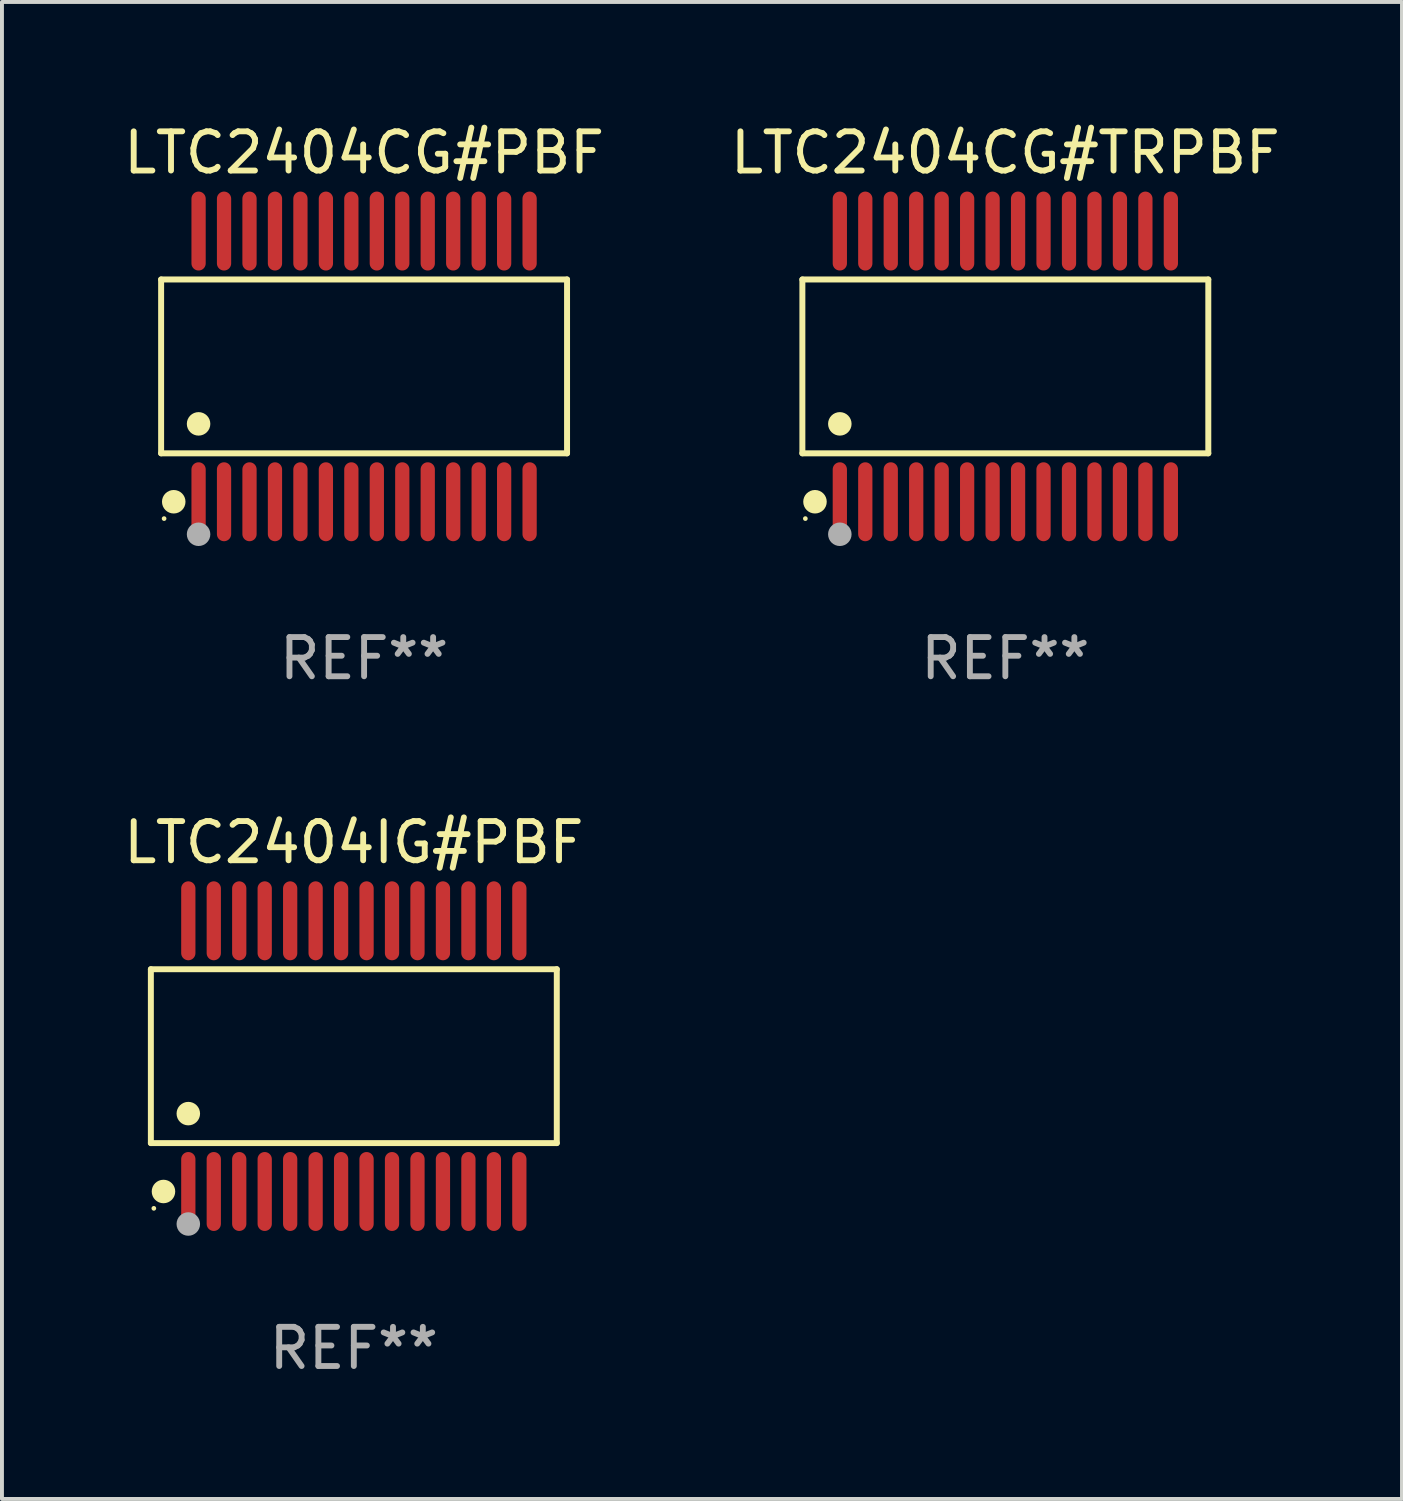
<source format=kicad_pcb>
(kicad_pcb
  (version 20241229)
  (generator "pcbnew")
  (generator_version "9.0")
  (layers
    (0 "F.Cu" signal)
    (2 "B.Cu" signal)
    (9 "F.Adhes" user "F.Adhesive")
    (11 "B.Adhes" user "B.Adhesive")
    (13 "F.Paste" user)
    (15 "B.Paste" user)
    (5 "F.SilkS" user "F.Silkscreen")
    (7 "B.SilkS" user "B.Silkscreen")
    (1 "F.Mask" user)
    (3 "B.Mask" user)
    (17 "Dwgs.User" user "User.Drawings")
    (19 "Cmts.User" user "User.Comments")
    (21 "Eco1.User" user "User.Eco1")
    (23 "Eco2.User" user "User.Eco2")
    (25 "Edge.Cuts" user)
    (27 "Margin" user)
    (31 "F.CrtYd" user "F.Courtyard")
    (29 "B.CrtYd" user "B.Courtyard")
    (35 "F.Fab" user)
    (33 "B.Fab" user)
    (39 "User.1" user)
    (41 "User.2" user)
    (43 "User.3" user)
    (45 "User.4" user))
  (footprint "LTC2404CG#TRPBF"
    (layer "F.Cu")
    (at 22.613 6.303)
    (property "Reference" "LTC2404CG#TRPBF" (at 0 -5.455 0) (layer "F.SilkS") (effects (font (size 1 1) (thickness 0.15))))
    (attr through_hole)
    (fp_line (start -5.181 -2.219) (end 5.181 -2.219) (stroke (width 0.152) (type solid)) (layer "F.SilkS"))
    (fp_line (start -5.181 2.219) (end -5.181 -2.219) (stroke (width 0.152) (type solid)) (layer "F.SilkS"))
    (fp_line (start 5.181 -2.219) (end 5.181 2.219) (stroke (width 0.152) (type solid)) (layer "F.SilkS"))
    (fp_line (start 5.181 2.219) (end -5.181 2.219) (stroke (width 0.152) (type solid)) (layer "F.SilkS"))
    (fp_circle (center -5.105 3.885) (end -5.075 3.885) (stroke (width 0.06) (type solid)) (fill no) (layer "F.SilkS"))
    (fp_circle (center -4.859 3.455) (end -4.709 3.455) (stroke (width 0.3) (type solid)) (fill no) (layer "F.SilkS"))
    (fp_circle (center -4.225 1.467) (end -4.075 1.467) (stroke (width 0.3) (type solid)) (fill no) (layer "F.SilkS"))
    (fp_circle (center -4.225 4.285) (end -4.075 4.285) (stroke (width 0.3) (type solid)) (fill no) (layer "F.Fab"))
    (fp_text user "REF**" (at 0 7.455 0) (layer "F.Fab") (effects (font (size 1 1) (thickness 0.15))))
    (pad "1" smd oval (at -4.225 3.455) (size 0.364 2.015) (layers "F.Cu" "F.Mask" "F.Paste"))
    (pad "2" smd oval (at -3.575 3.455) (size 0.364 2.015) (layers "F.Cu" "F.Mask" "F.Paste"))
    (pad "3" smd oval (at -2.925 3.455) (size 0.364 2.015) (layers "F.Cu" "F.Mask" "F.Paste"))
    (pad "4" smd oval (at -2.275 3.455) (size 0.364 2.015) (layers "F.Cu" "F.Mask" "F.Paste"))
    (pad "5" smd oval (at -1.625 3.455) (size 0.364 2.015) (layers "F.Cu" "F.Mask" "F.Paste"))
    (pad "6" smd oval (at -0.975 3.455) (size 0.364 2.015) (layers "F.Cu" "F.Mask" "F.Paste"))
    (pad "7" smd oval (at -0.325 3.455) (size 0.364 2.015) (layers "F.Cu" "F.Mask" "F.Paste"))
    (pad "8" smd oval (at 0.325 3.455) (size 0.364 2.015) (layers "F.Cu" "F.Mask" "F.Paste"))
    (pad "9" smd oval (at 0.975 3.455) (size 0.364 2.015) (layers "F.Cu" "F.Mask" "F.Paste"))
    (pad "10" smd oval (at 1.625 3.455) (size 0.364 2.015) (layers "F.Cu" "F.Mask" "F.Paste"))
    (pad "11" smd oval (at 2.275 3.455) (size 0.364 2.015) (layers "F.Cu" "F.Mask" "F.Paste"))
    (pad "12" smd oval (at 2.925 3.455) (size 0.364 2.015) (layers "F.Cu" "F.Mask" "F.Paste"))
    (pad "13" smd oval (at 3.575 3.455) (size 0.364 2.015) (layers "F.Cu" "F.Mask" "F.Paste"))
    (pad "14" smd oval (at 4.225 3.455) (size 0.364 2.015) (layers "F.Cu" "F.Mask" "F.Paste"))
    (pad "15" smd oval (at 4.225 -3.455) (size 0.364 2.015) (layers "F.Cu" "F.Mask" "F.Paste"))
    (pad "16" smd oval (at 3.575 -3.455) (size 0.364 2.015) (layers "F.Cu" "F.Mask" "F.Paste"))
    (pad "17" smd oval (at 2.925 -3.455) (size 0.364 2.015) (layers "F.Cu" "F.Mask" "F.Paste"))
    (pad "18" smd oval (at 2.275 -3.455) (size 0.364 2.015) (layers "F.Cu" "F.Mask" "F.Paste"))
    (pad "19" smd oval (at 1.625 -3.455) (size 0.364 2.015) (layers "F.Cu" "F.Mask" "F.Paste"))
    (pad "20" smd oval (at 0.975 -3.455) (size 0.364 2.015) (layers "F.Cu" "F.Mask" "F.Paste"))
    (pad "21" smd oval (at 0.325 -3.455) (size 0.364 2.015) (layers "F.Cu" "F.Mask" "F.Paste"))
    (pad "22" smd oval (at -0.325 -3.455) (size 0.364 2.015) (layers "F.Cu" "F.Mask" "F.Paste"))
    (pad "23" smd oval (at -0.975 -3.455) (size 0.364 2.015) (layers "F.Cu" "F.Mask" "F.Paste"))
    (pad "24" smd oval (at -1.625 -3.455) (size 0.364 2.015) (layers "F.Cu" "F.Mask" "F.Paste"))
    (pad "25" smd oval (at -2.275 -3.455) (size 0.364 2.015) (layers "F.Cu" "F.Mask" "F.Paste"))
    (pad "26" smd oval (at -2.925 -3.455) (size 0.364 2.015) (layers "F.Cu" "F.Mask" "F.Paste"))
    (pad "27" smd oval (at -3.575 -3.455) (size 0.364 2.015) (layers "F.Cu" "F.Mask" "F.Paste"))
    (pad "28" smd oval (at -4.225 -3.455) (size 0.364 2.015) (layers "F.Cu" "F.Mask" "F.Paste")))
  (footprint "LTC2404IG#PBF"
    (layer "F.Cu")
    (at 5.982 23.91)
    (property "Reference" "LTC2404IG#PBF" (at 0 -5.455 0) (layer "F.SilkS") (effects (font (size 1 1) (thickness 0.15))))
    (attr through_hole)
    (fp_line (start -5.181 -2.219) (end 5.181 -2.219) (stroke (width 0.152) (type solid)) (layer "F.SilkS"))
    (fp_line (start -5.181 2.219) (end -5.181 -2.219) (stroke (width 0.152) (type solid)) (layer "F.SilkS"))
    (fp_line (start 5.181 -2.219) (end 5.181 2.219) (stroke (width 0.152) (type solid)) (layer "F.SilkS"))
    (fp_line (start 5.181 2.219) (end -5.181 2.219) (stroke (width 0.152) (type solid)) (layer "F.SilkS"))
    (fp_circle (center -5.105 3.885) (end -5.075 3.885) (stroke (width 0.06) (type solid)) (fill no) (layer "F.SilkS"))
    (fp_circle (center -4.859 3.455) (end -4.709 3.455) (stroke (width 0.3) (type solid)) (fill no) (layer "F.SilkS"))
    (fp_circle (center -4.225 1.467) (end -4.075 1.467) (stroke (width 0.3) (type solid)) (fill no) (layer "F.SilkS"))
    (fp_circle (center -4.225 4.285) (end -4.075 4.285) (stroke (width 0.3) (type solid)) (fill no) (layer "F.Fab"))
    (fp_text user "REF**" (at 0 7.455 0) (layer "F.Fab") (effects (font (size 1 1) (thickness 0.15))))
    (pad "1" smd oval (at -4.225 3.455) (size 0.364 2.015) (layers "F.Cu" "F.Mask" "F.Paste"))
    (pad "2" smd oval (at -3.575 3.455) (size 0.364 2.015) (layers "F.Cu" "F.Mask" "F.Paste"))
    (pad "3" smd oval (at -2.925 3.455) (size 0.364 2.015) (layers "F.Cu" "F.Mask" "F.Paste"))
    (pad "4" smd oval (at -2.275 3.455) (size 0.364 2.015) (layers "F.Cu" "F.Mask" "F.Paste"))
    (pad "5" smd oval (at -1.625 3.455) (size 0.364 2.015) (layers "F.Cu" "F.Mask" "F.Paste"))
    (pad "6" smd oval (at -0.975 3.455) (size 0.364 2.015) (layers "F.Cu" "F.Mask" "F.Paste"))
    (pad "7" smd oval (at -0.325 3.455) (size 0.364 2.015) (layers "F.Cu" "F.Mask" "F.Paste"))
    (pad "8" smd oval (at 0.325 3.455) (size 0.364 2.015) (layers "F.Cu" "F.Mask" "F.Paste"))
    (pad "9" smd oval (at 0.975 3.455) (size 0.364 2.015) (layers "F.Cu" "F.Mask" "F.Paste"))
    (pad "10" smd oval (at 1.625 3.455) (size 0.364 2.015) (layers "F.Cu" "F.Mask" "F.Paste"))
    (pad "11" smd oval (at 2.275 3.455) (size 0.364 2.015) (layers "F.Cu" "F.Mask" "F.Paste"))
    (pad "12" smd oval (at 2.925 3.455) (size 0.364 2.015) (layers "F.Cu" "F.Mask" "F.Paste"))
    (pad "13" smd oval (at 3.575 3.455) (size 0.364 2.015) (layers "F.Cu" "F.Mask" "F.Paste"))
    (pad "14" smd oval (at 4.225 3.455) (size 0.364 2.015) (layers "F.Cu" "F.Mask" "F.Paste"))
    (pad "15" smd oval (at 4.225 -3.455) (size 0.364 2.015) (layers "F.Cu" "F.Mask" "F.Paste"))
    (pad "16" smd oval (at 3.575 -3.455) (size 0.364 2.015) (layers "F.Cu" "F.Mask" "F.Paste"))
    (pad "17" smd oval (at 2.925 -3.455) (size 0.364 2.015) (layers "F.Cu" "F.Mask" "F.Paste"))
    (pad "18" smd oval (at 2.275 -3.455) (size 0.364 2.015) (layers "F.Cu" "F.Mask" "F.Paste"))
    (pad "19" smd oval (at 1.625 -3.455) (size 0.364 2.015) (layers "F.Cu" "F.Mask" "F.Paste"))
    (pad "20" smd oval (at 0.975 -3.455) (size 0.364 2.015) (layers "F.Cu" "F.Mask" "F.Paste"))
    (pad "21" smd oval (at 0.325 -3.455) (size 0.364 2.015) (layers "F.Cu" "F.Mask" "F.Paste"))
    (pad "22" smd oval (at -0.325 -3.455) (size 0.364 2.015) (layers "F.Cu" "F.Mask" "F.Paste"))
    (pad "23" smd oval (at -0.975 -3.455) (size 0.364 2.015) (layers "F.Cu" "F.Mask" "F.Paste"))
    (pad "24" smd oval (at -1.625 -3.455) (size 0.364 2.015) (layers "F.Cu" "F.Mask" "F.Paste"))
    (pad "25" smd oval (at -2.275 -3.455) (size 0.364 2.015) (layers "F.Cu" "F.Mask" "F.Paste"))
    (pad "26" smd oval (at -2.925 -3.455) (size 0.364 2.015) (layers "F.Cu" "F.Mask" "F.Paste"))
    (pad "27" smd oval (at -3.575 -3.455) (size 0.364 2.015) (layers "F.Cu" "F.Mask" "F.Paste"))
    (pad "28" smd oval (at -4.225 -3.455) (size 0.364 2.015) (layers "F.Cu" "F.Mask" "F.Paste")))
  (footprint "LTC2404CG#PBF"
    (layer "F.Cu")
    (at 6.244 6.303)
    (property "Reference" "LTC2404CG#PBF" (at 0 -5.455 0) (layer "F.SilkS") (effects (font (size 1 1) (thickness 0.15))))
    (attr through_hole)
    (fp_line (start -5.181 -2.219) (end 5.181 -2.219) (stroke (width 0.152) (type solid)) (layer "F.SilkS"))
    (fp_line (start -5.181 2.219) (end -5.181 -2.219) (stroke (width 0.152) (type solid)) (layer "F.SilkS"))
    (fp_line (start 5.181 -2.219) (end 5.181 2.219) (stroke (width 0.152) (type solid)) (layer "F.SilkS"))
    (fp_line (start 5.181 2.219) (end -5.181 2.219) (stroke (width 0.152) (type solid)) (layer "F.SilkS"))
    (fp_circle (center -5.105 3.885) (end -5.075 3.885) (stroke (width 0.06) (type solid)) (fill no) (layer "F.SilkS"))
    (fp_circle (center -4.859 3.455) (end -4.709 3.455) (stroke (width 0.3) (type solid)) (fill no) (layer "F.SilkS"))
    (fp_circle (center -4.225 1.467) (end -4.075 1.467) (stroke (width 0.3) (type solid)) (fill no) (layer "F.SilkS"))
    (fp_circle (center -4.225 4.285) (end -4.075 4.285) (stroke (width 0.3) (type solid)) (fill no) (layer "F.Fab"))
    (fp_text user "REF**" (at 0 7.455 0) (layer "F.Fab") (effects (font (size 1 1) (thickness 0.15))))
    (pad "1" smd oval (at -4.225 3.455) (size 0.364 2.015) (layers "F.Cu" "F.Mask" "F.Paste"))
    (pad "2" smd oval (at -3.575 3.455) (size 0.364 2.015) (layers "F.Cu" "F.Mask" "F.Paste"))
    (pad "3" smd oval (at -2.925 3.455) (size 0.364 2.015) (layers "F.Cu" "F.Mask" "F.Paste"))
    (pad "4" smd oval (at -2.275 3.455) (size 0.364 2.015) (layers "F.Cu" "F.Mask" "F.Paste"))
    (pad "5" smd oval (at -1.625 3.455) (size 0.364 2.015) (layers "F.Cu" "F.Mask" "F.Paste"))
    (pad "6" smd oval (at -0.975 3.455) (size 0.364 2.015) (layers "F.Cu" "F.Mask" "F.Paste"))
    (pad "7" smd oval (at -0.325 3.455) (size 0.364 2.015) (layers "F.Cu" "F.Mask" "F.Paste"))
    (pad "8" smd oval (at 0.325 3.455) (size 0.364 2.015) (layers "F.Cu" "F.Mask" "F.Paste"))
    (pad "9" smd oval (at 0.975 3.455) (size 0.364 2.015) (layers "F.Cu" "F.Mask" "F.Paste"))
    (pad "10" smd oval (at 1.625 3.455) (size 0.364 2.015) (layers "F.Cu" "F.Mask" "F.Paste"))
    (pad "11" smd oval (at 2.275 3.455) (size 0.364 2.015) (layers "F.Cu" "F.Mask" "F.Paste"))
    (pad "12" smd oval (at 2.925 3.455) (size 0.364 2.015) (layers "F.Cu" "F.Mask" "F.Paste"))
    (pad "13" smd oval (at 3.575 3.455) (size 0.364 2.015) (layers "F.Cu" "F.Mask" "F.Paste"))
    (pad "14" smd oval (at 4.225 3.455) (size 0.364 2.015) (layers "F.Cu" "F.Mask" "F.Paste"))
    (pad "15" smd oval (at 4.225 -3.455) (size 0.364 2.015) (layers "F.Cu" "F.Mask" "F.Paste"))
    (pad "16" smd oval (at 3.575 -3.455) (size 0.364 2.015) (layers "F.Cu" "F.Mask" "F.Paste"))
    (pad "17" smd oval (at 2.925 -3.455) (size 0.364 2.015) (layers "F.Cu" "F.Mask" "F.Paste"))
    (pad "18" smd oval (at 2.275 -3.455) (size 0.364 2.015) (layers "F.Cu" "F.Mask" "F.Paste"))
    (pad "19" smd oval (at 1.625 -3.455) (size 0.364 2.015) (layers "F.Cu" "F.Mask" "F.Paste"))
    (pad "20" smd oval (at 0.975 -3.455) (size 0.364 2.015) (layers "F.Cu" "F.Mask" "F.Paste"))
    (pad "21" smd oval (at 0.325 -3.455) (size 0.364 2.015) (layers "F.Cu" "F.Mask" "F.Paste"))
    (pad "22" smd oval (at -0.325 -3.455) (size 0.364 2.015) (layers "F.Cu" "F.Mask" "F.Paste"))
    (pad "23" smd oval (at -0.975 -3.455) (size 0.364 2.015) (layers "F.Cu" "F.Mask" "F.Paste"))
    (pad "24" smd oval (at -1.625 -3.455) (size 0.364 2.015) (layers "F.Cu" "F.Mask" "F.Paste"))
    (pad "25" smd oval (at -2.275 -3.455) (size 0.364 2.015) (layers "F.Cu" "F.Mask" "F.Paste"))
    (pad "26" smd oval (at -2.925 -3.455) (size 0.364 2.015) (layers "F.Cu" "F.Mask" "F.Paste"))
    (pad "27" smd oval (at -3.575 -3.455) (size 0.364 2.015) (layers "F.Cu" "F.Mask" "F.Paste"))
    (pad "28" smd oval (at -4.225 -3.455) (size 0.364 2.015) (layers "F.Cu" "F.Mask" "F.Paste")))
  (gr_rect
    (start -3 -3)
    (end 32.738 35.214)
    (stroke (width 0.1) (type default))
    (fill no)
    (layer "Edge.Cuts")))
</source>
